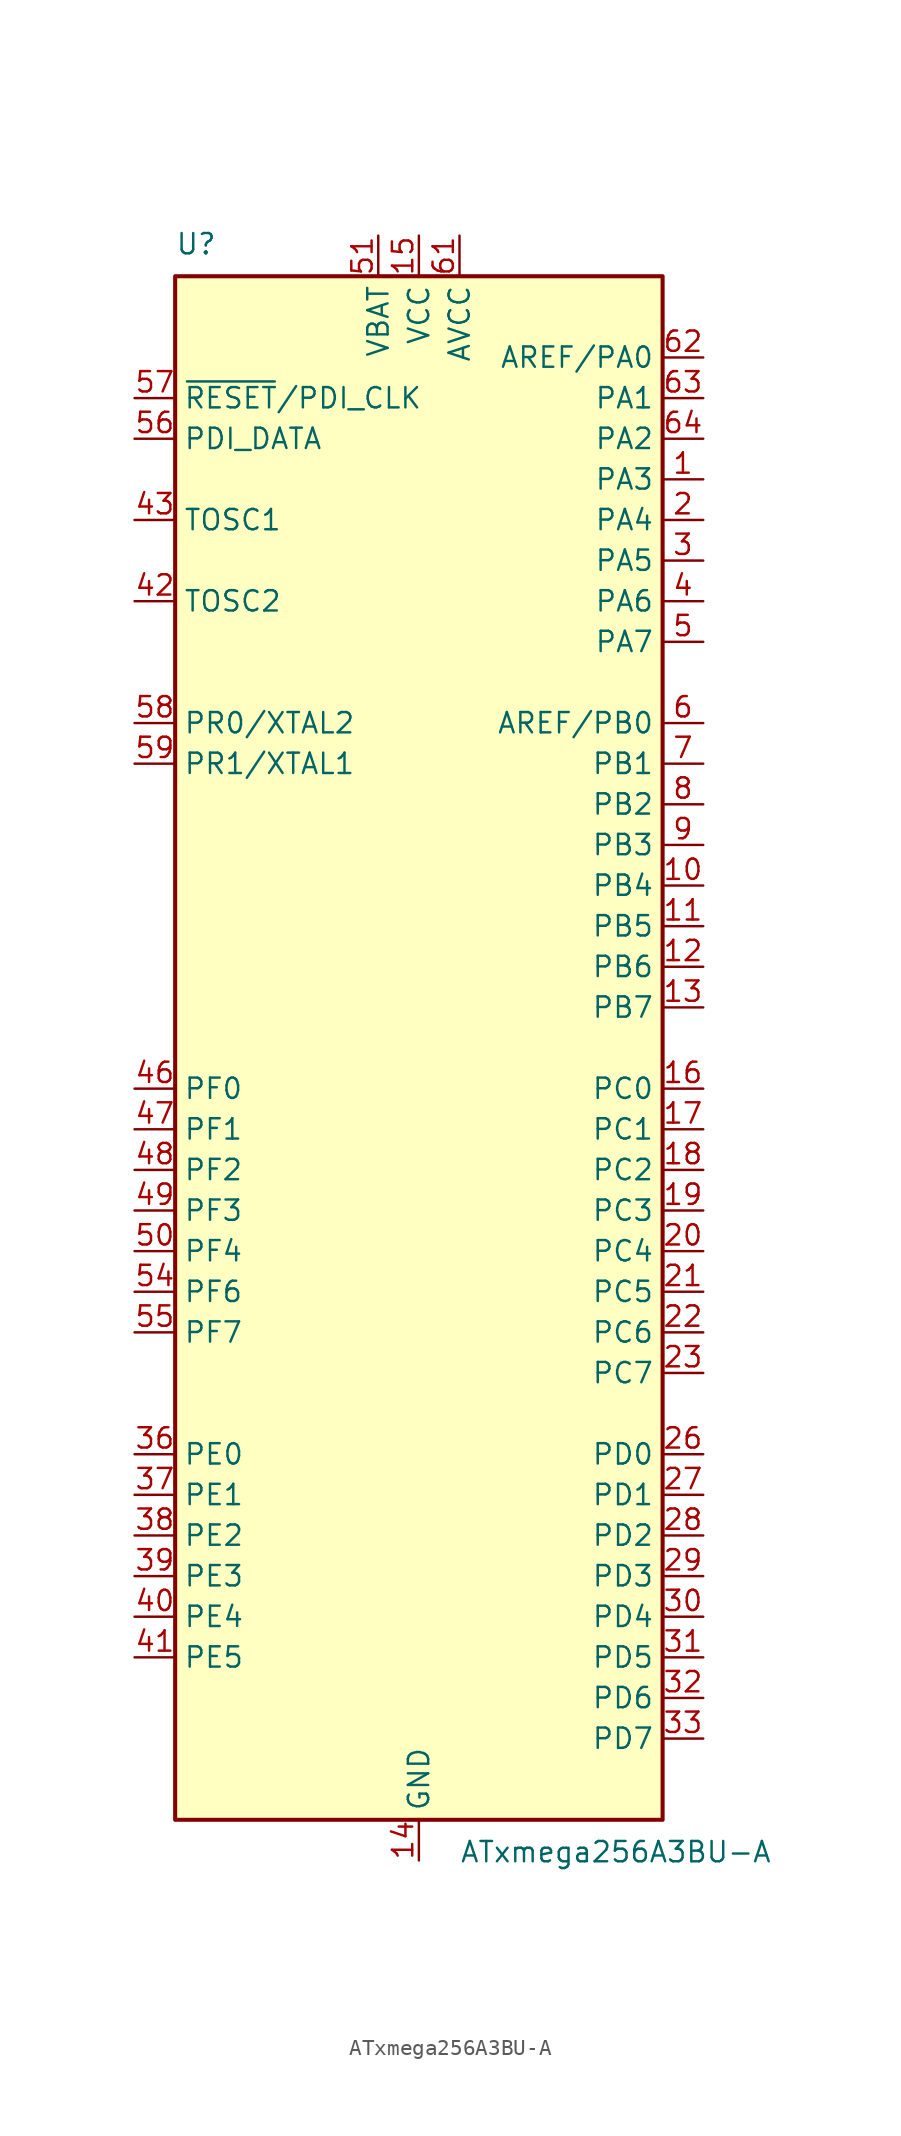
<source format=kicad_sym>
(kicad_symbol_lib
  (version 20201005)
  (generator kicad_symbol_editor)
  (symbol "ATxmega256A3BU-A"
    (property "Reference" "U"
      (at -15.24 49.53 0)
      (effects (font (size 1.27 1.27)) (justify left bottom)))
    (property "Value" "ATxmega256A3BU-A"
      (at 2.54 -49.53 0)
      (effects (font (size 1.27 1.27)) (justify left top)))
    (symbol "ATxmega256A3BU-A_0_1"
      (rectangle (start -15.24 -48.26) (end 15.24 48.26) (stroke (width 0.254)) (fill (type background))))
    (symbol "ATxmega256A3BU-A_1_1"
      (pin bidirectional line (at 17.78 35.56 180) (length 2.54) (name "PA3" (effects (font (size 1.27 1.27)))) (number "1" (effects (font (size 1.27 1.27)))))
      (pin bidirectional line (at 17.78 10.16 180) (length 2.54) (name "PB4" (effects (font (size 1.27 1.27)))) (number "10" (effects (font (size 1.27 1.27)))))
      (pin bidirectional line (at 17.78 7.62 180) (length 2.54) (name "PB5" (effects (font (size 1.27 1.27)))) (number "11" (effects (font (size 1.27 1.27)))))
      (pin bidirectional line (at 17.78 5.08 180) (length 2.54) (name "PB6" (effects (font (size 1.27 1.27)))) (number "12" (effects (font (size 1.27 1.27)))))
      (pin bidirectional line (at 17.78 2.54 180) (length 2.54) (name "PB7" (effects (font (size 1.27 1.27)))) (number "13" (effects (font (size 1.27 1.27)))))
      (pin power_in line (at 0 -50.8 90) (length 2.54) (name "GND" (effects (font (size 1.27 1.27)))) (number "14" (effects (font (size 1.27 1.27)))))
      (pin power_in line (at 0 50.8 270) (length 2.54) (name "VCC" (effects (font (size 1.27 1.27)))) (number "15" (effects (font (size 1.27 1.27)))))
      (pin bidirectional line (at 17.78 -2.54 180) (length 2.54) (name "PC0" (effects (font (size 1.27 1.27)))) (number "16" (effects (font (size 1.27 1.27)))))
      (pin bidirectional line (at 17.78 -5.08 180) (length 2.54) (name "PC1" (effects (font (size 1.27 1.27)))) (number "17" (effects (font (size 1.27 1.27)))))
      (pin bidirectional line (at 17.78 -7.62 180) (length 2.54) (name "PC2" (effects (font (size 1.27 1.27)))) (number "18" (effects (font (size 1.27 1.27)))))
      (pin bidirectional line (at 17.78 -10.16 180) (length 2.54) (name "PC3" (effects (font (size 1.27 1.27)))) (number "19" (effects (font (size 1.27 1.27)))))
      (pin bidirectional line (at 17.78 33.02 180) (length 2.54) (name "PA4" (effects (font (size 1.27 1.27)))) (number "2" (effects (font (size 1.27 1.27)))))
      (pin bidirectional line (at 17.78 -12.7 180) (length 2.54) (name "PC4" (effects (font (size 1.27 1.27)))) (number "20" (effects (font (size 1.27 1.27)))))
      (pin bidirectional line (at 17.78 -15.24 180) (length 2.54) (name "PC5" (effects (font (size 1.27 1.27)))) (number "21" (effects (font (size 1.27 1.27)))))
      (pin bidirectional line (at 17.78 -17.78 180) (length 2.54) (name "PC6" (effects (font (size 1.27 1.27)))) (number "22" (effects (font (size 1.27 1.27)))))
      (pin bidirectional line (at 17.78 -20.32 180) (length 2.54) (name "PC7" (effects (font (size 1.27 1.27)))) (number "23" (effects (font (size 1.27 1.27)))))
      (pin passive line (at 0 -50.8 90) (length 2.54) hide (name "GND" (effects (font (size 1.27 1.27)))) (number "24" (effects (font (size 1.27 1.27)))))
      (pin passive line (at 0 50.8 270) (length 2.54) hide (name "VCC" (effects (font (size 1.27 1.27)))) (number "25" (effects (font (size 1.27 1.27)))))
      (pin bidirectional line (at 17.78 -25.4 180) (length 2.54) (name "PD0" (effects (font (size 1.27 1.27)))) (number "26" (effects (font (size 1.27 1.27)))))
      (pin bidirectional line (at 17.78 -27.94 180) (length 2.54) (name "PD1" (effects (font (size 1.27 1.27)))) (number "27" (effects (font (size 1.27 1.27)))))
      (pin bidirectional line (at 17.78 -30.48 180) (length 2.54) (name "PD2" (effects (font (size 1.27 1.27)))) (number "28" (effects (font (size 1.27 1.27)))))
      (pin bidirectional line (at 17.78 -33.02 180) (length 2.54) (name "PD3" (effects (font (size 1.27 1.27)))) (number "29" (effects (font (size 1.27 1.27)))))
      (pin bidirectional line (at 17.78 30.48 180) (length 2.54) (name "PA5" (effects (font (size 1.27 1.27)))) (number "3" (effects (font (size 1.27 1.27)))))
      (pin bidirectional line (at 17.78 -35.56 180) (length 2.54) (name "PD4" (effects (font (size 1.27 1.27)))) (number "30" (effects (font (size 1.27 1.27)))))
      (pin bidirectional line (at 17.78 -38.1 180) (length 2.54) (name "PD5" (effects (font (size 1.27 1.27)))) (number "31" (effects (font (size 1.27 1.27)))))
      (pin bidirectional line (at 17.78 -40.64 180) (length 2.54) (name "PD6" (effects (font (size 1.27 1.27)))) (number "32" (effects (font (size 1.27 1.27)))))
      (pin bidirectional line (at 17.78 -43.18 180) (length 2.54) (name "PD7" (effects (font (size 1.27 1.27)))) (number "33" (effects (font (size 1.27 1.27)))))
      (pin passive line (at 0 -50.8 90) (length 2.54) hide (name "GND" (effects (font (size 1.27 1.27)))) (number "34" (effects (font (size 1.27 1.27)))))
      (pin passive line (at 0 50.8 270) (length 2.54) hide (name "VCC" (effects (font (size 1.27 1.27)))) (number "35" (effects (font (size 1.27 1.27)))))
      (pin bidirectional line (at -17.78 -25.4 0) (length 2.54) (name "PE0" (effects (font (size 1.27 1.27)))) (number "36" (effects (font (size 1.27 1.27)))))
      (pin bidirectional line (at -17.78 -27.94 0) (length 2.54) (name "PE1" (effects (font (size 1.27 1.27)))) (number "37" (effects (font (size 1.27 1.27)))))
      (pin bidirectional line (at -17.78 -30.48 0) (length 2.54) (name "PE2" (effects (font (size 1.27 1.27)))) (number "38" (effects (font (size 1.27 1.27)))))
      (pin bidirectional line (at -17.78 -33.02 0) (length 2.54) (name "PE3" (effects (font (size 1.27 1.27)))) (number "39" (effects (font (size 1.27 1.27)))))
      (pin bidirectional line (at 17.78 27.94 180) (length 2.54) (name "PA6" (effects (font (size 1.27 1.27)))) (number "4" (effects (font (size 1.27 1.27)))))
      (pin bidirectional line (at -17.78 -35.56 0) (length 2.54) (name "PE4" (effects (font (size 1.27 1.27)))) (number "40" (effects (font (size 1.27 1.27)))))
      (pin bidirectional line (at -17.78 -38.1 0) (length 2.54) (name "PE5" (effects (font (size 1.27 1.27)))) (number "41" (effects (font (size 1.27 1.27)))))
      (pin passive line (at -17.78 27.94 0) (length 2.54) (name "TOSC2" (effects (font (size 1.27 1.27)))) (number "42" (effects (font (size 1.27 1.27)))))
      (pin input line (at -17.78 33.02 0) (length 2.54) (name "TOSC1" (effects (font (size 1.27 1.27)))) (number "43" (effects (font (size 1.27 1.27)))))
      (pin passive line (at 0 -50.8 90) (length 2.54) hide (name "GND" (effects (font (size 1.27 1.27)))) (number "44" (effects (font (size 1.27 1.27)))))
      (pin passive line (at 0 50.8 270) (length 2.54) hide (name "VCC" (effects (font (size 1.27 1.27)))) (number "45" (effects (font (size 1.27 1.27)))))
      (pin bidirectional line (at -17.78 -2.54 0) (length 2.54) (name "PF0" (effects (font (size 1.27 1.27)))) (number "46" (effects (font (size 1.27 1.27)))))
      (pin bidirectional line (at -17.78 -5.08 0) (length 2.54) (name "PF1" (effects (font (size 1.27 1.27)))) (number "47" (effects (font (size 1.27 1.27)))))
      (pin bidirectional line (at -17.78 -7.62 0) (length 2.54) (name "PF2" (effects (font (size 1.27 1.27)))) (number "48" (effects (font (size 1.27 1.27)))))
      (pin bidirectional line (at -17.78 -10.16 0) (length 2.54) (name "PF3" (effects (font (size 1.27 1.27)))) (number "49" (effects (font (size 1.27 1.27)))))
      (pin bidirectional line (at 17.78 25.4 180) (length 2.54) (name "PA7" (effects (font (size 1.27 1.27)))) (number "5" (effects (font (size 1.27 1.27)))))
      (pin bidirectional line (at -17.78 -12.7 0) (length 2.54) (name "PF4" (effects (font (size 1.27 1.27)))) (number "50" (effects (font (size 1.27 1.27)))))
      (pin power_in line (at -2.54 50.8 270) (length 2.54) (name "VBAT" (effects (font (size 1.27 1.27)))) (number "51" (effects (font (size 1.27 1.27)))))
      (pin passive line (at 0 -50.8 90) (length 2.54) hide (name "GND" (effects (font (size 1.27 1.27)))) (number "52" (effects (font (size 1.27 1.27)))))
      (pin passive line (at 0 50.8 270) (length 2.54) hide (name "VCC" (effects (font (size 1.27 1.27)))) (number "53" (effects (font (size 1.27 1.27)))))
      (pin bidirectional line (at -17.78 -15.24 0) (length 2.54) (name "PF6" (effects (font (size 1.27 1.27)))) (number "54" (effects (font (size 1.27 1.27)))))
      (pin bidirectional line (at -17.78 -17.78 0) (length 2.54) (name "PF7" (effects (font (size 1.27 1.27)))) (number "55" (effects (font (size 1.27 1.27)))))
      (pin bidirectional line (at -17.78 38.1 0) (length 2.54) (name "PDI_DATA" (effects (font (size 1.27 1.27)))) (number "56" (effects (font (size 1.27 1.27)))))
      (pin input line (at -17.78 40.64 0) (length 2.54) (name "~RESET~/PDI_CLK" (effects (font (size 1.27 1.27)))) (number "57" (effects (font (size 1.27 1.27)))))
      (pin bidirectional line (at -17.78 20.32 0) (length 2.54) (name "PR0/XTAL2" (effects (font (size 1.27 1.27)))) (number "58" (effects (font (size 1.27 1.27)))))
      (pin bidirectional line (at -17.78 17.78 0) (length 2.54) (name "PR1/XTAL1" (effects (font (size 1.27 1.27)))) (number "59" (effects (font (size 1.27 1.27)))))
      (pin bidirectional line (at 17.78 20.32 180) (length 2.54) (name "AREF/PB0" (effects (font (size 1.27 1.27)))) (number "6" (effects (font (size 1.27 1.27)))))
      (pin passive line (at 0 -50.8 90) (length 2.54) hide (name "GND" (effects (font (size 1.27 1.27)))) (number "60" (effects (font (size 1.27 1.27)))))
      (pin power_in line (at 2.54 50.8 270) (length 2.54) (name "AVCC" (effects (font (size 1.27 1.27)))) (number "61" (effects (font (size 1.27 1.27)))))
      (pin bidirectional line (at 17.78 43.18 180) (length 2.54) (name "AREF/PA0" (effects (font (size 1.27 1.27)))) (number "62" (effects (font (size 1.27 1.27)))))
      (pin bidirectional line (at 17.78 40.64 180) (length 2.54) (name "PA1" (effects (font (size 1.27 1.27)))) (number "63" (effects (font (size 1.27 1.27)))))
      (pin bidirectional line (at 17.78 38.1 180) (length 2.54) (name "PA2" (effects (font (size 1.27 1.27)))) (number "64" (effects (font (size 1.27 1.27)))))
      (pin bidirectional line (at 17.78 17.78 180) (length 2.54) (name "PB1" (effects (font (size 1.27 1.27)))) (number "7" (effects (font (size 1.27 1.27)))))
      (pin bidirectional line (at 17.78 15.24 180) (length 2.54) (name "PB2" (effects (font (size 1.27 1.27)))) (number "8" (effects (font (size 1.27 1.27)))))
      (pin bidirectional line (at 17.78 12.7 180) (length 2.54) (name "PB3" (effects (font (size 1.27 1.27)))) (number "9" (effects (font (size 1.27 1.27))))))))
</source>
